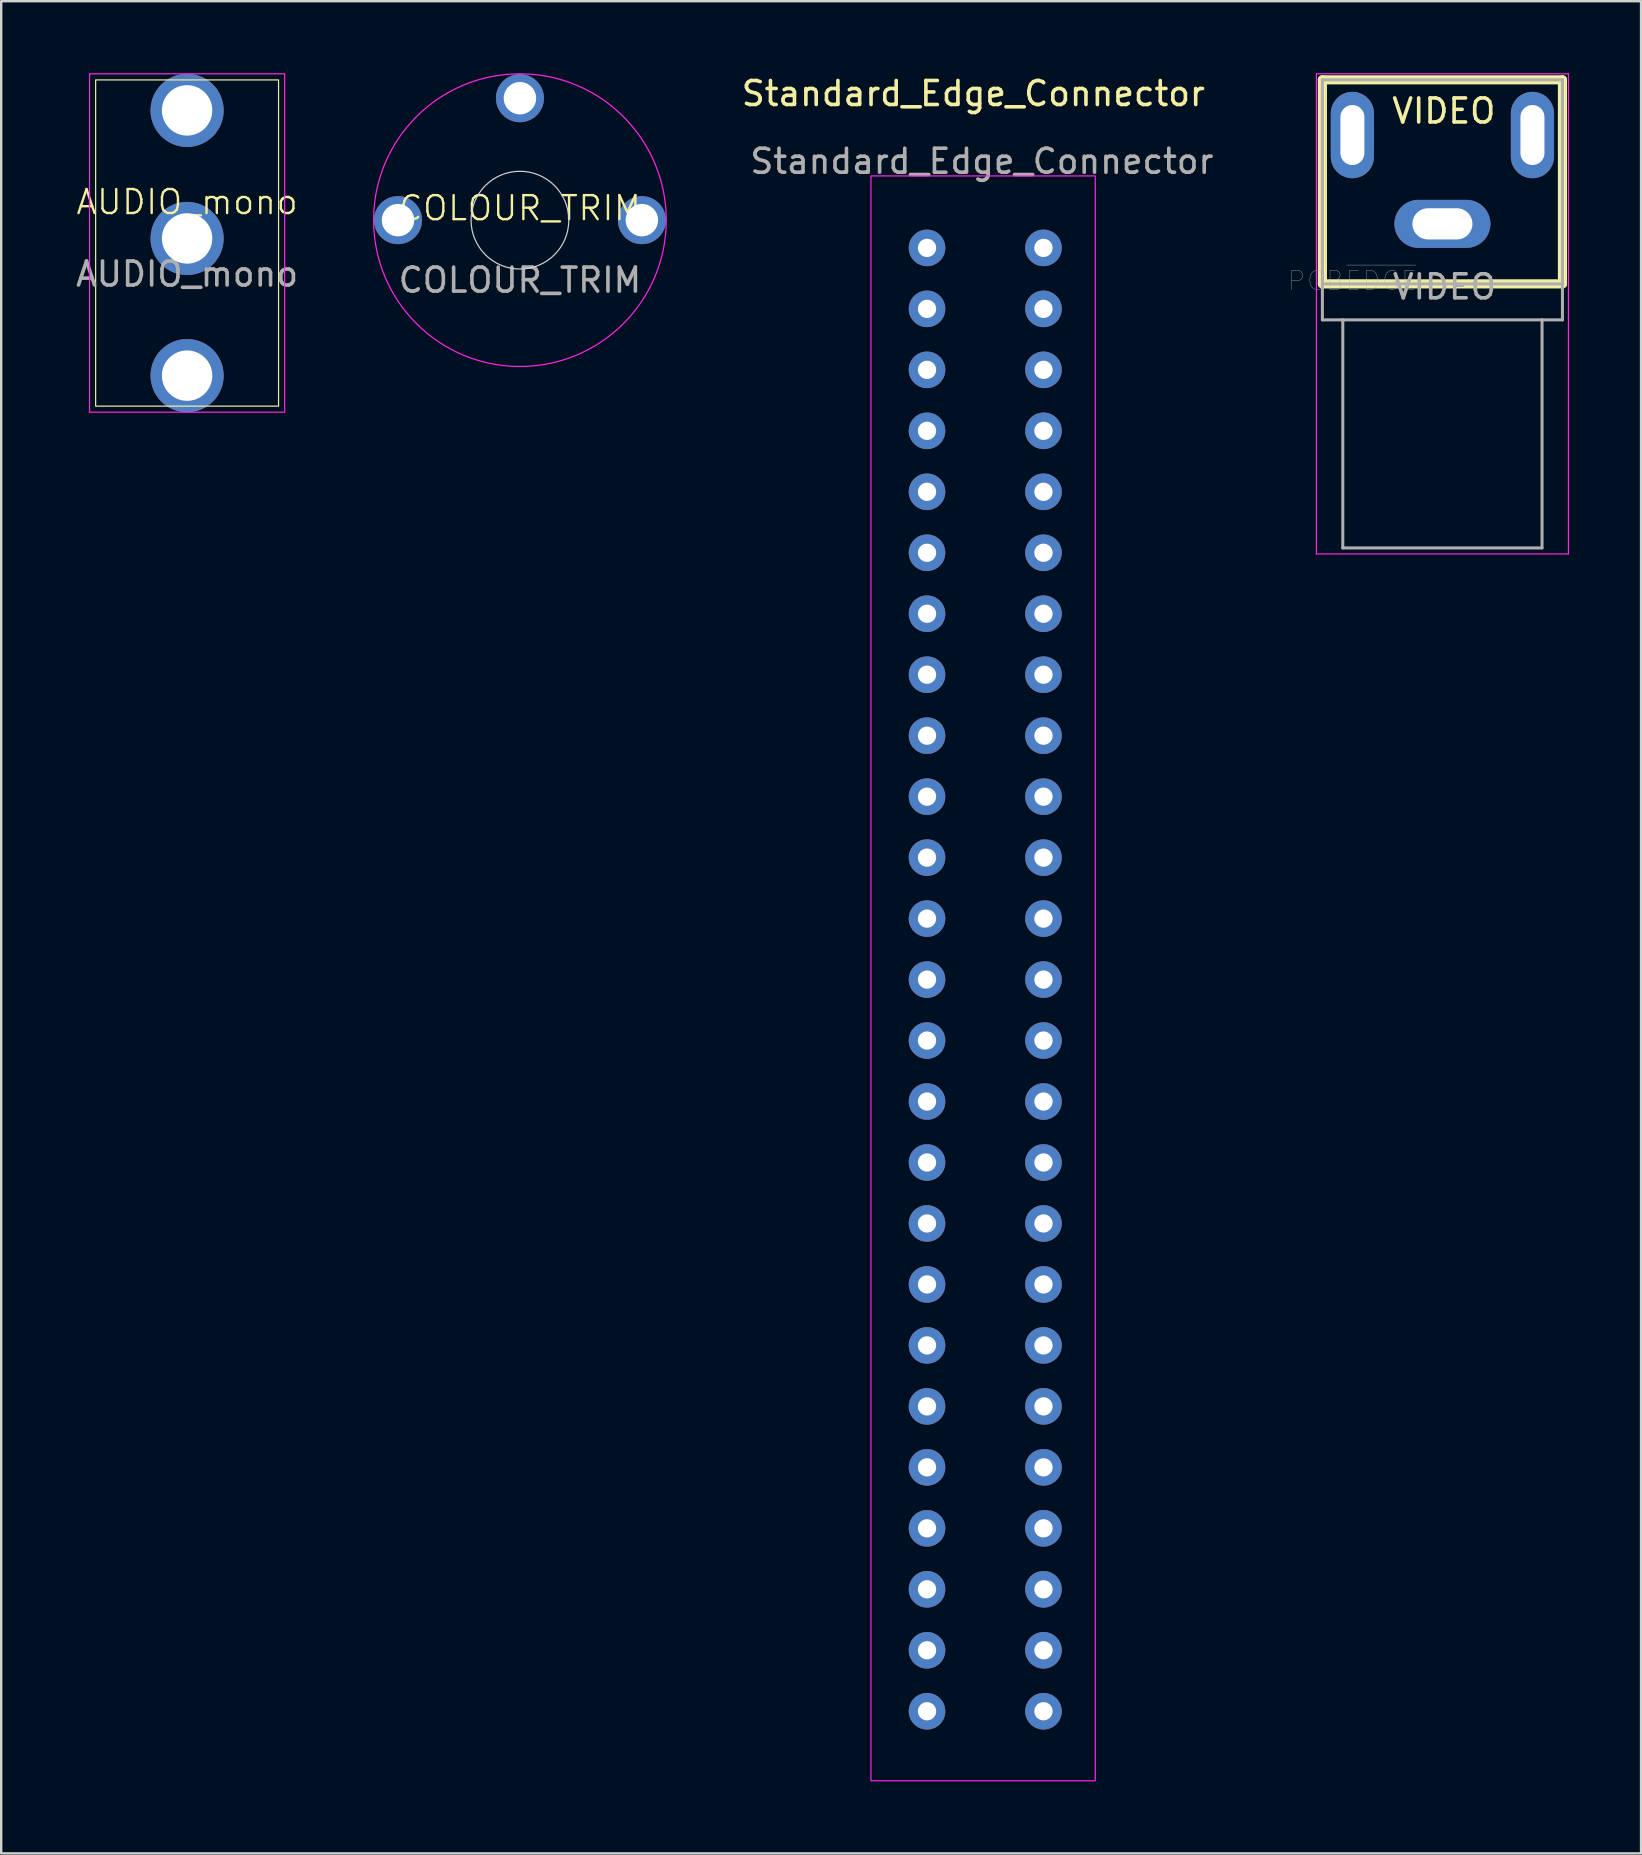
<source format=kicad_pcb>
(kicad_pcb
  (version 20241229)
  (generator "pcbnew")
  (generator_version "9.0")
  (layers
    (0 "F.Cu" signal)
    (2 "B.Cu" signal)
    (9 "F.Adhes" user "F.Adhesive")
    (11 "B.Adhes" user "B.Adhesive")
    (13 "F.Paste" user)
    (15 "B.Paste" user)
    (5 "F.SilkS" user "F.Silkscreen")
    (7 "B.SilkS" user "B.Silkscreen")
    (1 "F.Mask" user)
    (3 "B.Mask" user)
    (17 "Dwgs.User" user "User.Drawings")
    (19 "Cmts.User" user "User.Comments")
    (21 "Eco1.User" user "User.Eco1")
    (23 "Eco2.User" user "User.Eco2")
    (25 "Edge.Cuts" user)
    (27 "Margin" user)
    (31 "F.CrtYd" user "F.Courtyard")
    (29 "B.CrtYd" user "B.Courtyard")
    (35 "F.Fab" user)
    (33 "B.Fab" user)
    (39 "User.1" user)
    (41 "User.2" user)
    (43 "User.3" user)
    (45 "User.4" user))
  (footprint "VIDEO"
    (layer "F.Cu")
    (at 57.122 6.4)
    (property "Reference" "VIDEO" (at -0.025 -4.826 0) (unlocked yes) (layer "F.SilkS") (effects (font (size 1 1) (thickness 0.15))))
    (attr through_hole)
    (fp_line (start -5.084 -6.125) (end -5.084 2.375) (stroke (width 0.381) (type solid)) (layer "F.SilkS"))
    (fp_line (start -5.084 2.375) (end 4.916 2.375) (stroke (width 0.381) (type solid)) (layer "F.SilkS"))
    (fp_line (start 4.916 -6.125) (end -5.084 -6.125) (stroke (width 0.381) (type solid)) (layer "F.SilkS"))
    (fp_line (start 4.916 2.375) (end 4.916 -6.125) (stroke (width 0.381) (type solid)) (layer "F.SilkS"))
    (fp_line (start -5.334 -6.375) (end -5.334 13.625) (stroke (width 0.05) (type solid)) (layer "F.CrtYd"))
    (fp_line (start -5.334 13.625) (end 5.166 13.625) (stroke (width 0.05) (type solid)) (layer "F.CrtYd"))
    (fp_line (start 5.166 -6.375) (end -5.334 -6.375) (stroke (width 0.05) (type solid)) (layer "F.CrtYd"))
    (fp_line (start 5.166 13.625) (end 5.166 -6.375) (stroke (width 0.05) (type solid)) (layer "F.CrtYd"))
    (fp_line (start -5.084 -6.125) (end -5.084 2.375) (stroke (width 0.127) (type solid)) (layer "F.Fab"))
    (fp_line (start -5.084 2.375) (end -5.084 3.875) (stroke (width 0.127) (type solid)) (layer "F.Fab"))
    (fp_line (start -5.084 2.375) (end 4.916 2.375) (stroke (width 0.127) (type solid)) (layer "F.Fab"))
    (fp_line (start -5.084 3.875) (end -4.234 3.875) (stroke (width 0.127) (type solid)) (layer "F.Fab"))
    (fp_line (start -4.234 3.875) (end -4.234 13.375) (stroke (width 0.127) (type solid)) (layer "F.Fab"))
    (fp_line (start -4.234 3.875) (end 4.066 3.875) (stroke (width 0.127) (type solid)) (layer "F.Fab"))
    (fp_line (start -4.234 13.375) (end 4.066 13.375) (stroke (width 0.127) (type solid)) (layer "F.Fab"))
    (fp_line (start 4.066 3.875) (end 4.916 3.875) (stroke (width 0.127) (type solid)) (layer "F.Fab"))
    (fp_line (start 4.066 13.375) (end 4.066 3.875) (stroke (width 0.127) (type solid)) (layer "F.Fab"))
    (fp_line (start 4.916 -6.125) (end -5.084 -6.125) (stroke (width 0.127) (type solid)) (layer "F.Fab"))
    (fp_line (start 4.916 2.375) (end 4.916 -6.125) (stroke (width 0.127) (type solid)) (layer "F.Fab"))
    (fp_line (start 4.916 3.875) (end 4.916 2.375) (stroke (width 0.127) (type solid)) (layer "F.Fab"))
    (fp_text user "${REFERENCE}" (at 0 2.5 0) (unlocked yes) (layer "F.Fab") (effects (font (size 1 1) (thickness 0.15))))
    (fp_text user "PCB~{EDGE}" (at -3.834 2.245 0) (layer "F.Fab") (effects (font (size 0.8 0.8) (thickness 0.015))))
    (pad "1" thru_hole oval (at -0.084 -0.125) (size 4 2) (drill oval 2.5 1.3) (layers "*.Cu" "*.Mask"))
    (pad "2" thru_hole oval (at -3.834 -3.825) (size 1.8 3.6) (drill oval 1 2.5) (layers "*.Cu" "*.Mask"))
    (pad "3" thru_hole oval (at 3.666 -3.825) (size 1.8 3.6) (drill oval 1 2.5) (layers "*.Cu" "*.Mask")))
  (footprint "Standard_Edge_Connector"
    (layer "F.Cu")
    (at 37.879 37.757)
    (property "Reference" "Standard_Edge_Connector" (at -0.381 -36.909 0) (unlocked yes) (layer "F.SilkS") (effects (font (size 1 1) (thickness 0.15))))
    (attr through_hole)
    (fp_rect (start -4.648 -33.477) (end 4.699 33.376) (stroke (width 0.05) (type default)) (fill no) (layer "F.CrtYd"))
    (fp_text user "${REFERENCE}" (at -0.025 -34.087 0) (unlocked yes) (layer "F.Fab") (effects (font (size 1 1) (thickness 0.15))))
    (pad "1" thru_hole circle (at 2.54 30.48) (size 1.524 1.524) (drill 0.762) (layers "*.Cu" "*.Mask"))
    (pad "2" thru_hole circle (at 2.54 27.94) (size 1.524 1.524) (drill 0.762) (layers "*.Cu" "*.Mask"))
    (pad "3" thru_hole circle (at 2.54 25.4) (size 1.524 1.524) (drill 0.762) (layers "*.Cu" "*.Mask"))
    (pad "4" thru_hole circle (at 2.54 22.86) (size 1.524 1.524) (drill 0.762) (layers "*.Cu" "*.Mask"))
    (pad "5" thru_hole circle (at 2.54 20.32) (size 1.524 1.524) (drill 0.762) (layers "*.Cu" "*.Mask"))
    (pad "6" thru_hole circle (at 2.54 17.78) (size 1.524 1.524) (drill 0.762) (layers "*.Cu" "*.Mask"))
    (pad "7" thru_hole circle (at 2.54 15.24) (size 1.524 1.524) (drill 0.762) (layers "*.Cu" "*.Mask"))
    (pad "8" thru_hole circle (at 2.54 12.7) (size 1.524 1.524) (drill 0.762) (layers "*.Cu" "*.Mask"))
    (pad "9" thru_hole circle (at 2.54 10.16) (size 1.524 1.524) (drill 0.762) (layers "*.Cu" "*.Mask"))
    (pad "10" thru_hole circle (at 2.54 7.62) (size 1.524 1.524) (drill 0.762) (layers "*.Cu" "*.Mask"))
    (pad "11" thru_hole circle (at 2.54 5.08) (size 1.524 1.524) (drill 0.762) (layers "*.Cu" "*.Mask"))
    (pad "12" thru_hole circle (at 2.54 2.54) (size 1.524 1.524) (drill 0.762) (layers "*.Cu" "*.Mask"))
    (pad "13" thru_hole circle (at 2.54 0) (size 1.524 1.524) (drill 0.762) (layers "*.Cu" "*.Mask"))
    (pad "14" thru_hole circle (at 2.54 -2.54) (size 1.524 1.524) (drill 0.762) (layers "*.Cu" "*.Mask"))
    (pad "15" thru_hole circle (at 2.54 -5.08) (size 1.524 1.524) (drill 0.762) (layers "*.Cu" "*.Mask"))
    (pad "16" thru_hole circle (at 2.54 -7.62) (size 1.524 1.524) (drill 0.762) (layers "*.Cu" "*.Mask"))
    (pad "17" thru_hole circle (at 2.54 -10.16) (size 1.524 1.524) (drill 0.762) (layers "*.Cu" "*.Mask"))
    (pad "18" thru_hole circle (at 2.54 -12.7) (size 1.524 1.524) (drill 0.762) (layers "*.Cu" "*.Mask"))
    (pad "19" thru_hole circle (at 2.54 -15.24) (size 1.524 1.524) (drill 0.762) (layers "*.Cu" "*.Mask"))
    (pad "20" thru_hole circle (at 2.54 -17.78) (size 1.524 1.524) (drill 0.762) (layers "*.Cu" "*.Mask"))
    (pad "21" thru_hole circle (at 2.54 -20.32) (size 1.524 1.524) (drill 0.762) (layers "*.Cu" "*.Mask"))
    (pad "22" thru_hole circle (at 2.54 -22.86) (size 1.524 1.524) (drill 0.762) (layers "*.Cu" "*.Mask"))
    (pad "23" thru_hole circle (at 2.54 -25.4) (size 1.524 1.524) (drill 0.762) (layers "*.Cu" "*.Mask"))
    (pad "24" thru_hole circle (at 2.54 -27.94) (size 1.524 1.524) (drill 0.762) (layers "*.Cu" "*.Mask"))
    (pad "25" thru_hole circle (at 2.54 -30.48) (size 1.524 1.524) (drill 0.762) (layers "*.Cu" "*.Mask"))
    (pad "26" thru_hole circle (at -2.311 -30.48 180) (size 1.524 1.524) (drill 0.762) (layers "*.Cu" "*.Mask"))
    (pad "27" thru_hole circle (at -2.311 -27.94 180) (size 1.524 1.524) (drill 0.762) (layers "*.Cu" "*.Mask"))
    (pad "28" thru_hole circle (at -2.311 -25.4 180) (size 1.524 1.524) (drill 0.762) (layers "*.Cu" "*.Mask"))
    (pad "29" thru_hole circle (at -2.311 -22.86 180) (size 1.524 1.524) (drill 0.762) (layers "*.Cu" "*.Mask"))
    (pad "30" thru_hole circle (at -2.311 -20.32 180) (size 1.524 1.524) (drill 0.762) (layers "*.Cu" "*.Mask"))
    (pad "31" thru_hole circle (at -2.311 -17.78 180) (size 1.524 1.524) (drill 0.762) (layers "*.Cu" "*.Mask"))
    (pad "32" thru_hole circle (at -2.311 -15.24 180) (size 1.524 1.524) (drill 0.762) (layers "*.Cu" "*.Mask"))
    (pad "33" thru_hole circle (at -2.311 -12.7 180) (size 1.524 1.524) (drill 0.762) (layers "*.Cu" "*.Mask"))
    (pad "34" thru_hole circle (at -2.311 -10.16 180) (size 1.524 1.524) (drill 0.762) (layers "*.Cu" "*.Mask"))
    (pad "35" thru_hole circle (at -2.311 -7.62 180) (size 1.524 1.524) (drill 0.762) (layers "*.Cu" "*.Mask"))
    (pad "36" thru_hole circle (at -2.311 -5.08 180) (size 1.524 1.524) (drill 0.762) (layers "*.Cu" "*.Mask"))
    (pad "37" thru_hole circle (at -2.311 -2.54 180) (size 1.524 1.524) (drill 0.762) (layers "*.Cu" "*.Mask"))
    (pad "38" thru_hole circle (at -2.311 0 180) (size 1.524 1.524) (drill 0.762) (layers "*.Cu" "*.Mask"))
    (pad "39" thru_hole circle (at -2.311 2.54 180) (size 1.524 1.524) (drill 0.762) (layers "*.Cu" "*.Mask"))
    (pad "40" thru_hole circle (at -2.311 5.08 180) (size 1.524 1.524) (drill 0.762) (layers "*.Cu" "*.Mask"))
    (pad "41" thru_hole circle (at -2.311 7.62 180) (size 1.524 1.524) (drill 0.762) (layers "*.Cu" "*.Mask"))
    (pad "42" thru_hole circle (at -2.311 10.16 180) (size 1.524 1.524) (drill 0.762) (layers "*.Cu" "*.Mask"))
    (pad "43" thru_hole circle (at -2.311 12.7 180) (size 1.524 1.524) (drill 0.762) (layers "*.Cu" "*.Mask"))
    (pad "44" thru_hole circle (at -2.311 15.24 180) (size 1.524 1.524) (drill 0.762) (layers "*.Cu" "*.Mask"))
    (pad "45" thru_hole circle (at -2.311 17.78 180) (size 1.524 1.524) (drill 0.762) (layers "*.Cu" "*.Mask"))
    (pad "46" thru_hole circle (at -2.311 20.32 180) (size 1.524 1.524) (drill 0.762) (layers "*.Cu" "*.Mask"))
    (pad "47" thru_hole circle (at -2.311 22.86 180) (size 1.524 1.524) (drill 0.762) (layers "*.Cu" "*.Mask"))
    (pad "48" thru_hole circle (at -2.311 25.4 180) (size 1.524 1.524) (drill 0.762) (layers "*.Cu" "*.Mask"))
    (pad "49" thru_hole circle (at -2.311 27.94 180) (size 1.524 1.524) (drill 0.762) (layers "*.Cu" "*.Mask"))
    (pad "50" thru_hole circle (at -2.311 30.48 180) (size 1.524 1.524) (drill 0.762) (layers "*.Cu" "*.Mask")))
  (footprint "COLOUR_TRIM"
    (layer "F.Cu")
    (at 18.609 6.121)
    (property "Reference" "COLOUR_TRIM" (at 0 -0.5 0) (unlocked yes) (layer "F.SilkS") (effects (font (size 1 1) (thickness 0.1))))
    (attr through_hole)
    (fp_circle (center 0 0) (end 2.032 -0.127) (stroke (width 0.05) (type default)) (fill no) (layer "Edge.Cuts"))
    (fp_circle (center 0 0) (end 6.096 0) (stroke (width 0.05) (type default)) (fill no) (layer "F.CrtYd"))
    (fp_text user "${REFERENCE}" (at 0 2.5 0) (unlocked yes) (layer "F.Fab") (effects (font (size 1 1) (thickness 0.15))))
    (pad "1" thru_hole circle (at -5.08 0) (size 2 2) (drill 1.35) (layers "*.Cu" "*.Mask"))
    (pad "2" thru_hole circle (at 0 -5.08) (size 2 2) (drill 1.35) (layers "*.Cu" "*.Mask"))
    (pad "3" thru_hole circle (at 5.08 0) (size 2 2) (drill 1.35) (layers "*.Cu" "*.Mask")))
  (footprint "AUDIO_mono"
    (layer "F.Cu")
    (at 4.744 5.867)
    (property "Reference" "AUDIO_mono" (at 0 -0.5 0) (unlocked yes) (layer "F.SilkS") (effects (font (size 1 1) (thickness 0.1))))
    (attr through_hole)
    (fp_rect (start -3.81 -5.588) (end 3.81 8.001) (stroke (width 0.05) (type default)) (fill no) (layer "F.SilkS"))
    (fp_rect (start -4.064 -5.842) (end 4.064 8.255) (stroke (width 0.05) (type default)) (fill no) (layer "F.CrtYd"))
    (fp_text user "${REFERENCE}" (at 0 2.5 0) (unlocked yes) (layer "F.Fab") (effects (font (size 1 1) (thickness 0.15))))
    (pad "G" thru_hole circle (at 0 6.731) (size 3.048 3.048) (drill 2.1) (layers "*.Cu" "*.Mask"))
    (pad "S" thru_hole circle (at 0 -4.318) (size 3.048 3.048) (drill 2.1) (layers "*.Cu" "*.Mask"))
    (pad "T" thru_hole circle (at 0 1.016) (size 3.048 3.048) (drill 2.1) (layers "*.Cu" "*.Mask")))
  (gr_rect
    (start -3 -3)
    (end 65.313 74.158)
    (stroke (width 0.1) (type default))
    (fill no)
    (layer "Edge.Cuts")))
</source>
